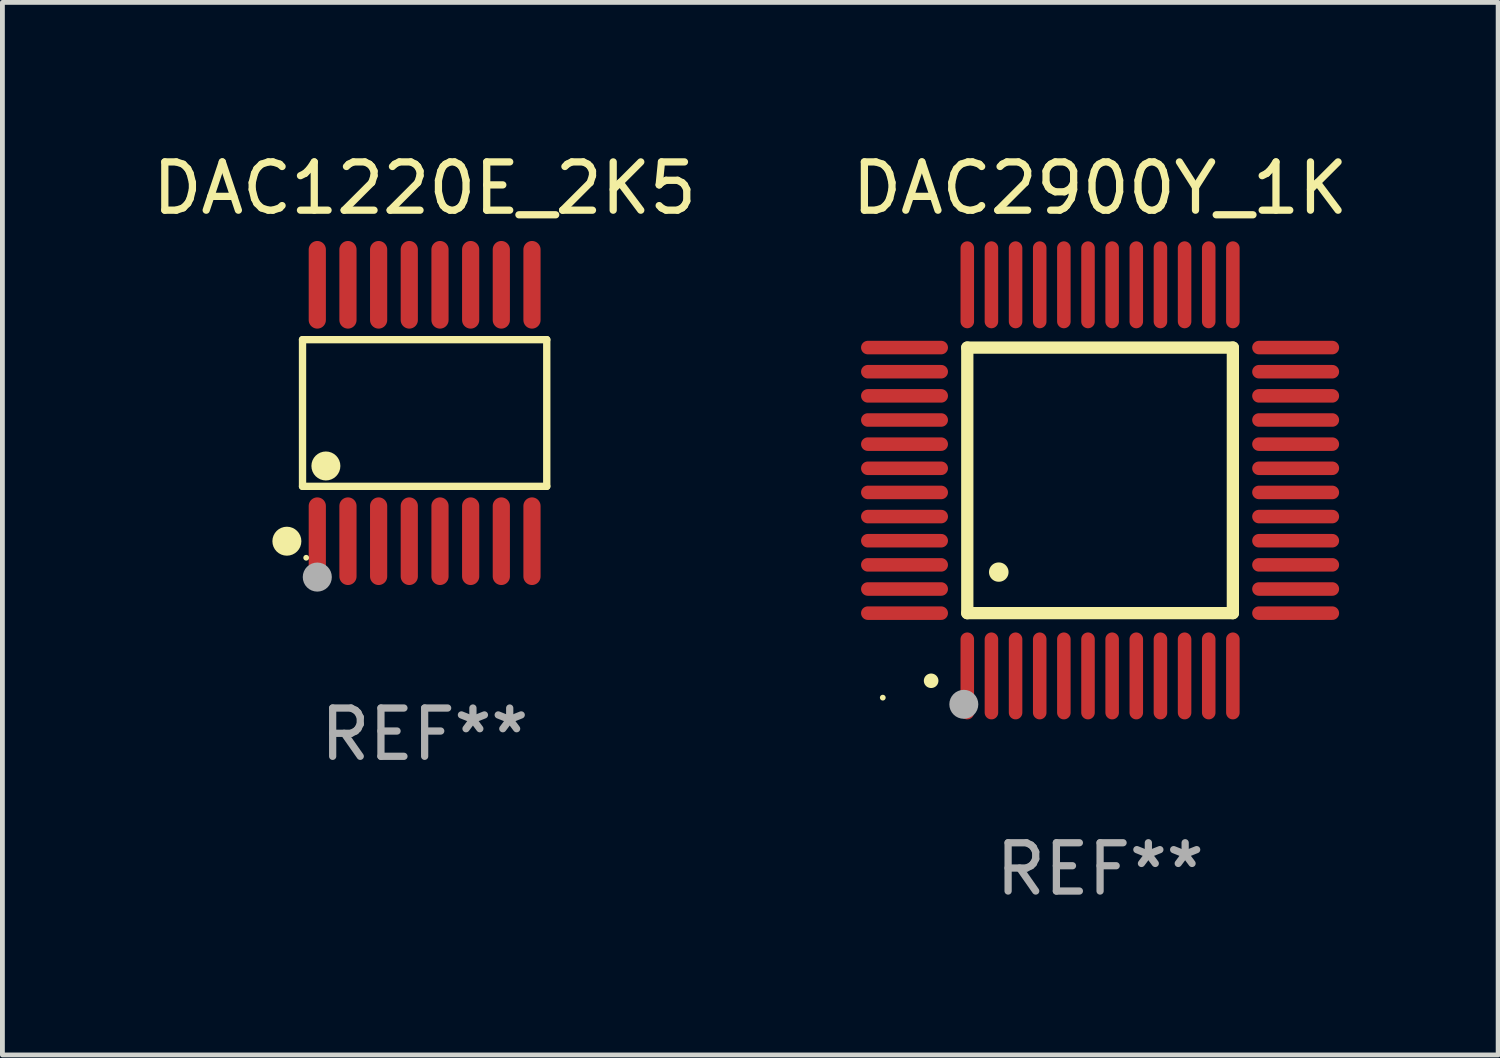
<source format=kicad_pcb>
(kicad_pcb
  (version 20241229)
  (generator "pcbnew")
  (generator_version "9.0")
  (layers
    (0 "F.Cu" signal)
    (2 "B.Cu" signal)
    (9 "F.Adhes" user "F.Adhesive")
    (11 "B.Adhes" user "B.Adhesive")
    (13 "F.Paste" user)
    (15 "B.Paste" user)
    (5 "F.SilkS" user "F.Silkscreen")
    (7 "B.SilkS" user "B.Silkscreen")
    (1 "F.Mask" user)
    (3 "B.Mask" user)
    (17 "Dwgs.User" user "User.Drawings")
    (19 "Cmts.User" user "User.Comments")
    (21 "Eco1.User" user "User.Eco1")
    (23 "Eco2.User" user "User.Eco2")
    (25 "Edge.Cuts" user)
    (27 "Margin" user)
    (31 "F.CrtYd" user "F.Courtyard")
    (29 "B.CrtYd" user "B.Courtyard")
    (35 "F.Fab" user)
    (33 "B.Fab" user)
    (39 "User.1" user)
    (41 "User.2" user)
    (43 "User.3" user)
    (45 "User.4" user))
  (footprint "DAC1220E_2K5"
    (layer "F.Cu")
    (at 5.744 5.503)
    (property "Reference" "DAC1220E_2K5" (at 0 -4.655 0) (layer "F.SilkS") (effects (font (size 1 1) (thickness 0.15))))
    (attr through_hole)
    (fp_line (start -2.529 -1.519) (end 2.529 -1.519) (stroke (width 0.152) (type solid)) (layer "F.SilkS"))
    (fp_line (start -2.529 1.519) (end -2.529 -1.519) (stroke (width 0.152) (type solid)) (layer "F.SilkS"))
    (fp_line (start 2.529 -1.519) (end 2.529 1.519) (stroke (width 0.152) (type solid)) (layer "F.SilkS"))
    (fp_line (start 2.529 1.519) (end -2.529 1.519) (stroke (width 0.152) (type solid)) (layer "F.SilkS"))
    (fp_circle (center -2.853 2.655) (end -2.703 2.655) (stroke (width 0.3) (type solid)) (fill no) (layer "F.SilkS"))
    (fp_circle (center -2.453 2.998) (end -2.423 2.998) (stroke (width 0.06) (type solid)) (fill no) (layer "F.SilkS"))
    (fp_circle (center -2.045 1.097) (end -1.895 1.097) (stroke (width 0.3) (type solid)) (fill no) (layer "F.SilkS"))
    (fp_circle (center -2.223 3.398) (end -2.072 3.398) (stroke (width 0.3) (type solid)) (fill no) (layer "F.Fab"))
    (fp_text user "REF**" (at 0 6.655 0) (layer "F.Fab") (effects (font (size 1 1) (thickness 0.15))))
    (pad "1" smd oval (at -2.223 2.655) (size 0.356 1.815) (layers "F.Cu" "F.Mask" "F.Paste"))
    (pad "2" smd oval (at -1.588 2.655) (size 0.356 1.815) (layers "F.Cu" "F.Mask" "F.Paste"))
    (pad "3" smd oval (at -0.953 2.655) (size 0.356 1.815) (layers "F.Cu" "F.Mask" "F.Paste"))
    (pad "4" smd oval (at -0.318 2.655) (size 0.356 1.815) (layers "F.Cu" "F.Mask" "F.Paste"))
    (pad "5" smd oval (at 0.318 2.655) (size 0.356 1.815) (layers "F.Cu" "F.Mask" "F.Paste"))
    (pad "6" smd oval (at 0.953 2.655) (size 0.356 1.815) (layers "F.Cu" "F.Mask" "F.Paste"))
    (pad "7" smd oval (at 1.588 2.655) (size 0.356 1.815) (layers "F.Cu" "F.Mask" "F.Paste"))
    (pad "8" smd oval (at 2.223 2.655) (size 0.356 1.815) (layers "F.Cu" "F.Mask" "F.Paste"))
    (pad "9" smd oval (at 2.223 -2.655) (size 0.356 1.815) (layers "F.Cu" "F.Mask" "F.Paste"))
    (pad "10" smd oval (at 1.588 -2.655) (size 0.356 1.815) (layers "F.Cu" "F.Mask" "F.Paste"))
    (pad "11" smd oval (at 0.953 -2.655) (size 0.356 1.815) (layers "F.Cu" "F.Mask" "F.Paste"))
    (pad "12" smd oval (at 0.318 -2.655) (size 0.356 1.815) (layers "F.Cu" "F.Mask" "F.Paste"))
    (pad "13" smd oval (at -0.318 -2.655) (size 0.356 1.815) (layers "F.Cu" "F.Mask" "F.Paste"))
    (pad "14" smd oval (at -0.953 -2.655) (size 0.356 1.815) (layers "F.Cu" "F.Mask" "F.Paste"))
    (pad "15" smd oval (at -1.588 -2.655) (size 0.356 1.815) (layers "F.Cu" "F.Mask" "F.Paste"))
    (pad "16" smd oval (at -2.223 -2.655) (size 0.356 1.815) (layers "F.Cu" "F.Mask" "F.Paste")))
  (footprint "DAC2900Y_1K"
    (layer "F.Cu")
    (at 19.732 6.898)
    (property "Reference" "DAC2900Y_1K" (at 0 -6.05 0) (layer "F.SilkS") (effects (font (size 1 1) (thickness 0.15))))
    (attr through_hole)
    (fp_line (start -2.75 -2.75) (end 2.75 -2.75) (stroke (width 0.254) (type solid)) (layer "F.SilkS"))
    (fp_line (start -2.75 2.75) (end -2.75 -2.75) (stroke (width 0.254) (type solid)) (layer "F.SilkS"))
    (fp_line (start 2.75 -2.75) (end 2.75 2.75) (stroke (width 0.254) (type solid)) (layer "F.SilkS"))
    (fp_line (start 2.75 2.75) (end -2.75 2.75) (stroke (width 0.254) (type solid)) (layer "F.SilkS"))
    (fp_arc (start -3.500127 4.150368) (mid -3.498857 4.150363) (end -3.497587 4.150368) (stroke (width 0.3) (type solid)) (layer "F.SilkS"))
    (fp_arc (start -2.100584 1.899924) (mid -2.098044 1.899908) (end -2.095504 1.899924) (stroke (width 0.4) (type solid)) (layer "F.SilkS"))
    (fp_circle (center -4.5 4.5) (end -4.47 4.5) (stroke (width 0.06) (type solid)) (fill no) (layer "F.SilkS"))
    (fp_circle (center -2.822 4.638) (end -2.672 4.638) (stroke (width 0.3) (type solid)) (fill no) (layer "F.Fab"))
    (fp_text user "REF**" (at 0 8.05 0) (layer "F.Fab") (effects (font (size 1 1) (thickness 0.15))))
    (pad "1" smd oval (at -2.75 4.05) (size 0.28 1.8) (layers "F.Cu" "F.Mask" "F.Paste"))
    (pad "2" smd oval (at -2.25 4.05) (size 0.28 1.8) (layers "F.Cu" "F.Mask" "F.Paste"))
    (pad "3" smd oval (at -1.75 4.05) (size 0.28 1.8) (layers "F.Cu" "F.Mask" "F.Paste"))
    (pad "4" smd oval (at -1.25 4.05) (size 0.28 1.8) (layers "F.Cu" "F.Mask" "F.Paste"))
    (pad "5" smd oval (at -0.75 4.05) (size 0.28 1.8) (layers "F.Cu" "F.Mask" "F.Paste"))
    (pad "6" smd oval (at -0.25 4.05) (size 0.28 1.8) (layers "F.Cu" "F.Mask" "F.Paste"))
    (pad "7" smd oval (at 0.25 4.05) (size 0.28 1.8) (layers "F.Cu" "F.Mask" "F.Paste"))
    (pad "8" smd oval (at 0.75 4.05) (size 0.28 1.8) (layers "F.Cu" "F.Mask" "F.Paste"))
    (pad "9" smd oval (at 1.25 4.05) (size 0.28 1.8) (layers "F.Cu" "F.Mask" "F.Paste"))
    (pad "10" smd oval (at 1.75 4.05) (size 0.28 1.8) (layers "F.Cu" "F.Mask" "F.Paste"))
    (pad "11" smd oval (at 2.25 4.05) (size 0.28 1.8) (layers "F.Cu" "F.Mask" "F.Paste"))
    (pad "12" smd oval (at 2.75 4.05) (size 0.28 1.8) (layers "F.Cu" "F.Mask" "F.Paste"))
    (pad "13" smd oval (at 4.05 2.75) (size 1.8 0.28) (layers "F.Cu" "F.Mask" "F.Paste"))
    (pad "14" smd oval (at 4.05 2.25) (size 1.8 0.28) (layers "F.Cu" "F.Mask" "F.Paste"))
    (pad "15" smd oval (at 4.05 1.75) (size 1.8 0.28) (layers "F.Cu" "F.Mask" "F.Paste"))
    (pad "16" smd oval (at 4.05 1.25) (size 1.8 0.28) (layers "F.Cu" "F.Mask" "F.Paste"))
    (pad "17" smd oval (at 4.05 0.75) (size 1.8 0.28) (layers "F.Cu" "F.Mask" "F.Paste"))
    (pad "18" smd oval (at 4.05 0.25) (size 1.8 0.28) (layers "F.Cu" "F.Mask" "F.Paste"))
    (pad "19" smd oval (at 4.05 -0.25) (size 1.8 0.28) (layers "F.Cu" "F.Mask" "F.Paste"))
    (pad "20" smd oval (at 4.05 -0.75) (size 1.8 0.28) (layers "F.Cu" "F.Mask" "F.Paste"))
    (pad "21" smd oval (at 4.05 -1.25) (size 1.8 0.28) (layers "F.Cu" "F.Mask" "F.Paste"))
    (pad "22" smd oval (at 4.05 -1.75) (size 1.8 0.28) (layers "F.Cu" "F.Mask" "F.Paste"))
    (pad "23" smd oval (at 4.05 -2.25) (size 1.8 0.28) (layers "F.Cu" "F.Mask" "F.Paste"))
    (pad "24" smd oval (at 4.05 -2.75) (size 1.8 0.28) (layers "F.Cu" "F.Mask" "F.Paste"))
    (pad "25" smd oval (at 2.75 -4.05) (size 0.28 1.8) (layers "F.Cu" "F.Mask" "F.Paste"))
    (pad "26" smd oval (at 2.25 -4.05) (size 0.28 1.8) (layers "F.Cu" "F.Mask" "F.Paste"))
    (pad "27" smd oval (at 1.75 -4.05) (size 0.28 1.8) (layers "F.Cu" "F.Mask" "F.Paste"))
    (pad "28" smd oval (at 1.25 -4.05) (size 0.28 1.8) (layers "F.Cu" "F.Mask" "F.Paste"))
    (pad "29" smd oval (at 0.75 -4.05) (size 0.28 1.8) (layers "F.Cu" "F.Mask" "F.Paste"))
    (pad "30" smd oval (at 0.25 -4.05) (size 0.28 1.8) (layers "F.Cu" "F.Mask" "F.Paste"))
    (pad "31" smd oval (at -0.25 -4.05) (size 0.28 1.8) (layers "F.Cu" "F.Mask" "F.Paste"))
    (pad "32" smd oval (at -0.75 -4.05) (size 0.28 1.8) (layers "F.Cu" "F.Mask" "F.Paste"))
    (pad "33" smd oval (at -1.25 -4.05) (size 0.28 1.8) (layers "F.Cu" "F.Mask" "F.Paste"))
    (pad "34" smd oval (at -1.75 -4.05) (size 0.28 1.8) (layers "F.Cu" "F.Mask" "F.Paste"))
    (pad "35" smd oval (at -2.25 -4.05) (size 0.28 1.8) (layers "F.Cu" "F.Mask" "F.Paste"))
    (pad "36" smd oval (at -2.75 -4.05) (size 0.28 1.8) (layers "F.Cu" "F.Mask" "F.Paste"))
    (pad "37" smd oval (at -4.05 -2.75) (size 1.8 0.28) (layers "F.Cu" "F.Mask" "F.Paste"))
    (pad "38" smd oval (at -4.05 -2.25) (size 1.8 0.28) (layers "F.Cu" "F.Mask" "F.Paste"))
    (pad "39" smd oval (at -4.05 -1.75) (size 1.8 0.28) (layers "F.Cu" "F.Mask" "F.Paste"))
    (pad "40" smd oval (at -4.05 -1.25) (size 1.8 0.28) (layers "F.Cu" "F.Mask" "F.Paste"))
    (pad "41" smd oval (at -4.05 -0.75) (size 1.8 0.28) (layers "F.Cu" "F.Mask" "F.Paste"))
    (pad "42" smd oval (at -4.05 -0.25) (size 1.8 0.28) (layers "F.Cu" "F.Mask" "F.Paste"))
    (pad "43" smd oval (at -4.05 0.25) (size 1.8 0.28) (layers "F.Cu" "F.Mask" "F.Paste"))
    (pad "44" smd oval (at -4.05 0.75) (size 1.8 0.28) (layers "F.Cu" "F.Mask" "F.Paste"))
    (pad "45" smd oval (at -4.05 1.25) (size 1.8 0.28) (layers "F.Cu" "F.Mask" "F.Paste"))
    (pad "46" smd oval (at -4.05 1.75) (size 1.8 0.28) (layers "F.Cu" "F.Mask" "F.Paste"))
    (pad "47" smd oval (at -4.05 2.25) (size 1.8 0.28) (layers "F.Cu" "F.Mask" "F.Paste"))
    (pad "48" smd oval (at -4.05 2.75) (size 1.8 0.28) (layers "F.Cu" "F.Mask" "F.Paste")))
  (gr_rect
    (start -3 -3)
    (end 27.976 18.797)
    (stroke (width 0.1) (type default))
    (fill no)
    (layer "Edge.Cuts")))
</source>
